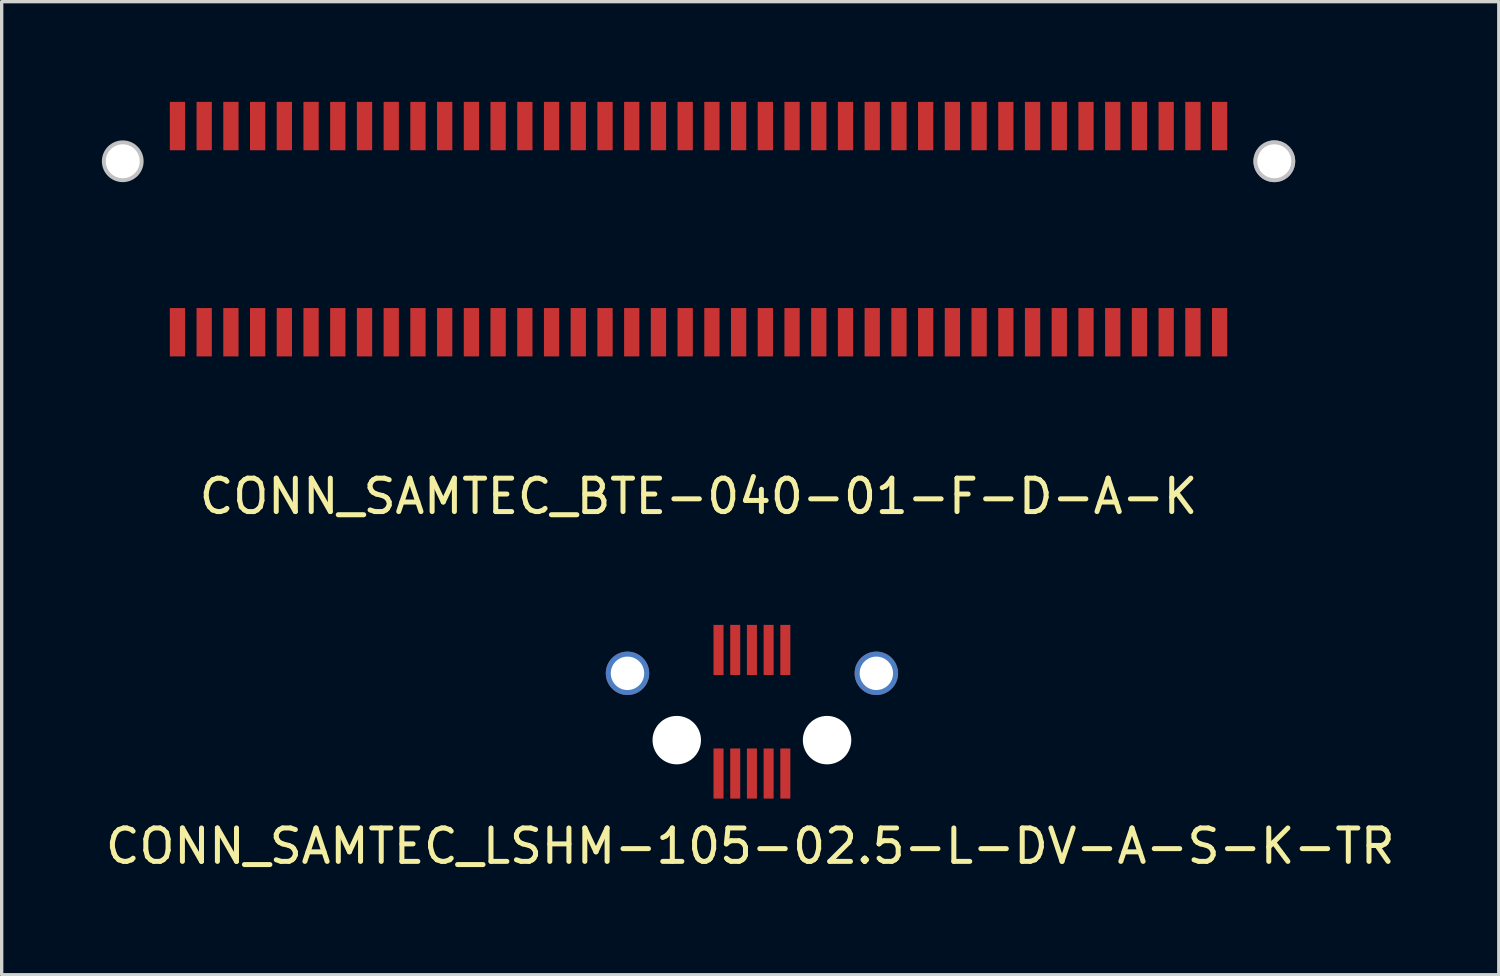
<source format=kicad_pcb>
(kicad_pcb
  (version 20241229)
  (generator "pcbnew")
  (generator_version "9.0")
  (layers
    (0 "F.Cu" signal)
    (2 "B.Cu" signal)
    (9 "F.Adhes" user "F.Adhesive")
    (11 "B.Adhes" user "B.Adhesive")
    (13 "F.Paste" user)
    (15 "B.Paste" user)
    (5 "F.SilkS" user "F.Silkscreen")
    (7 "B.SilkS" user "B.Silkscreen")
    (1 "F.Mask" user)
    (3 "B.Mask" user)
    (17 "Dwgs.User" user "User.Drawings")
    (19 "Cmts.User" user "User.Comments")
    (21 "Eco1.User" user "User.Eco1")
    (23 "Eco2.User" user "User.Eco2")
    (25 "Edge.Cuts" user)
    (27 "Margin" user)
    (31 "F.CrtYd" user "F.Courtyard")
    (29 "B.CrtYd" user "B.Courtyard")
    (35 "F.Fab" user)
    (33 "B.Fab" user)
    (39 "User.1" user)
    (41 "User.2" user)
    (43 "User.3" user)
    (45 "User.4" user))
  (footprint "CONN_SAMTEC_LSHM-105-02.5-L-DV-A-S-K-TR"
    (layer "F.Cu")
    (at 19.461 18.258)
    (property "Reference" "CONN_SAMTEC_LSHM-105-02.5-L-DV-A-S-K-TR" (at -0.05 4.025 0) (layer "F.SilkS") (effects (font (size 1 1) (thickness 0.15))))
    (attr smd)
    (pad "" np_thru_hole circle (at -2.25 0.85) (size 1.45 1.45) (drill 1.45) (layers "*.Cu" "*.Mask"))
    (pad "" np_thru_hole circle (at 2.25 0.85) (size 1.45 1.45) (drill 1.45) (layers "*.Cu" "*.Mask"))
    (pad "1" smd rect (at -1 -1.85) (size 0.3 1.5) (layers "F.Cu" "F.Mask" "F.Paste"))
    (pad "2" smd rect (at -1 1.85) (size 0.3 1.5) (layers "F.Cu" "F.Mask" "F.Paste"))
    (pad "3" smd rect (at -0.5 -1.85) (size 0.3 1.5) (layers "F.Cu" "F.Mask" "F.Paste"))
    (pad "4" smd rect (at -0.5 1.85) (size 0.3 1.5) (layers "F.Cu" "F.Mask" "F.Paste"))
    (pad "5" smd rect (at 0 -1.85) (size 0.3 1.5) (layers "F.Cu" "F.Mask" "F.Paste"))
    (pad "6" smd rect (at 0 1.85) (size 0.3 1.5) (layers "F.Cu" "F.Mask" "F.Paste"))
    (pad "7" smd rect (at 0.5 -1.85) (size 0.3 1.5) (layers "F.Cu" "F.Mask" "F.Paste"))
    (pad "8" smd rect (at 0.5 1.85) (size 0.3 1.5) (layers "F.Cu" "F.Mask" "F.Paste"))
    (pad "9" smd rect (at 1 -1.85) (size 0.3 1.5) (layers "F.Cu" "F.Mask" "F.Paste"))
    (pad "10" smd rect (at 1 1.85) (size 0.3 1.5) (layers "F.Cu" "F.Mask" "F.Paste"))
    (pad "SHLD" thru_hole circle (at -3.725 -1.15) (size 1.3 1.3) (drill 1) (layers "*.Cu" "*.Mask"))
    (pad "SHLD" thru_hole circle (at 3.725 -1.15) (size 1.3 1.3) (drill 1) (layers "*.Cu" "*.Mask")))
  (footprint "CONN_SAMTEC_BTE-040-01-F-D-A-K"
    (layer "F.Cu")
    (at 17.863 3.81)
    (property "Reference" "CONN_SAMTEC_BTE-040-01-F-D-A-K" (at 0 8 0) (unlocked yes) (layer "F.SilkS") (effects (font (size 1 1) (thickness 0.15))))
    (attr smd)
    (pad "" np_thru_hole circle (at -17.238 -2.032) (size 1.25 1.25) (drill 1.016) (layers "Dwgs.User"))
    (pad "" np_thru_hole circle (at 17.238 -2.032) (size 1.25 1.25) (drill 1.016) (layers "*.Cu" "Dwgs.User"))
    (pad "1" smd rect (at -15.6 -3.086) (size 0.457 1.448) (layers "F.Cu" "F.Mask" "F.Paste"))
    (pad "2" smd rect (at -15.6 3.086) (size 0.457 1.448) (layers "F.Cu" "F.Mask" "F.Paste"))
    (pad "3" smd rect (at -14.8 -3.086) (size 0.457 1.448) (layers "F.Cu" "F.Mask" "F.Paste"))
    (pad "4" smd rect (at -14.8 3.086) (size 0.457 1.448) (layers "F.Cu" "F.Mask" "F.Paste"))
    (pad "5" smd rect (at -14 -3.086) (size 0.457 1.448) (layers "F.Cu" "F.Mask" "F.Paste"))
    (pad "6" smd rect (at -14 3.086) (size 0.457 1.448) (layers "F.Cu" "F.Mask" "F.Paste"))
    (pad "7" smd rect (at -13.2 -3.086) (size 0.457 1.448) (layers "F.Cu" "F.Mask" "F.Paste"))
    (pad "8" smd rect (at -13.2 3.086) (size 0.457 1.448) (layers "F.Cu" "F.Mask" "F.Paste"))
    (pad "9" smd rect (at -12.4 -3.086) (size 0.457 1.448) (layers "F.Cu" "F.Mask" "F.Paste"))
    (pad "10" smd rect (at -12.4 3.086) (size 0.457 1.448) (layers "F.Cu" "F.Mask" "F.Paste"))
    (pad "11" smd rect (at -11.6 -3.086) (size 0.457 1.448) (layers "F.Cu" "F.Mask" "F.Paste"))
    (pad "12" smd rect (at -11.6 3.086) (size 0.457 1.448) (layers "F.Cu" "F.Mask" "F.Paste"))
    (pad "13" smd rect (at -10.8 -3.086) (size 0.457 1.448) (layers "F.Cu" "F.Mask" "F.Paste"))
    (pad "14" smd rect (at -10.8 3.086) (size 0.457 1.448) (layers "F.Cu" "F.Mask" "F.Paste"))
    (pad "15" smd rect (at -10 -3.086) (size 0.457 1.448) (layers "F.Cu" "F.Mask" "F.Paste"))
    (pad "16" smd rect (at -10 3.086) (size 0.457 1.448) (layers "F.Cu" "F.Mask" "F.Paste"))
    (pad "17" smd rect (at -9.2 -3.086) (size 0.457 1.448) (layers "F.Cu" "F.Mask" "F.Paste"))
    (pad "18" smd rect (at -9.2 3.086) (size 0.457 1.448) (layers "F.Cu" "F.Mask" "F.Paste"))
    (pad "19" smd rect (at -8.4 -3.086) (size 0.457 1.448) (layers "F.Cu" "F.Mask" "F.Paste"))
    (pad "20" smd rect (at -8.4 3.086) (size 0.457 1.448) (layers "F.Cu" "F.Mask" "F.Paste"))
    (pad "21" smd rect (at -7.6 -3.086) (size 0.457 1.448) (layers "F.Cu" "F.Mask" "F.Paste"))
    (pad "22" smd rect (at -7.6 3.086) (size 0.457 1.448) (layers "F.Cu" "F.Mask" "F.Paste"))
    (pad "23" smd rect (at -6.8 -3.086) (size 0.457 1.448) (layers "F.Cu" "F.Mask" "F.Paste"))
    (pad "24" smd rect (at -6.8 3.086) (size 0.457 1.448) (layers "F.Cu" "F.Mask" "F.Paste"))
    (pad "25" smd rect (at -6 -3.086) (size 0.457 1.448) (layers "F.Cu" "F.Mask" "F.Paste"))
    (pad "26" smd rect (at -6 3.086) (size 0.457 1.448) (layers "F.Cu" "F.Mask" "F.Paste"))
    (pad "27" smd rect (at -5.2 -3.086) (size 0.457 1.448) (layers "F.Cu" "F.Mask" "F.Paste"))
    (pad "28" smd rect (at -5.2 3.086) (size 0.457 1.448) (layers "F.Cu" "F.Mask" "F.Paste"))
    (pad "29" smd rect (at -4.4 -3.086) (size 0.457 1.448) (layers "F.Cu" "F.Mask" "F.Paste"))
    (pad "30" smd rect (at -4.4 3.086) (size 0.457 1.448) (layers "F.Cu" "F.Mask" "F.Paste"))
    (pad "31" smd rect (at -3.6 -3.086) (size 0.457 1.448) (layers "F.Cu" "F.Mask" "F.Paste"))
    (pad "32" smd rect (at -3.6 3.086) (size 0.457 1.448) (layers "F.Cu" "F.Mask" "F.Paste"))
    (pad "33" smd rect (at -2.8 -3.086) (size 0.457 1.448) (layers "F.Cu" "F.Mask" "F.Paste"))
    (pad "34" smd rect (at -2.8 3.086) (size 0.457 1.448) (layers "F.Cu" "F.Mask" "F.Paste"))
    (pad "35" smd rect (at -2 -3.086) (size 0.457 1.448) (layers "F.Cu" "F.Mask" "F.Paste"))
    (pad "36" smd rect (at -2 3.086) (size 0.457 1.448) (layers "F.Cu" "F.Mask" "F.Paste"))
    (pad "37" smd rect (at -1.2 -3.086) (size 0.457 1.448) (layers "F.Cu" "F.Mask" "F.Paste"))
    (pad "38" smd rect (at -1.2 3.086) (size 0.457 1.448) (layers "F.Cu" "F.Mask" "F.Paste"))
    (pad "39" smd rect (at -0.4 -3.086) (size 0.457 1.448) (layers "F.Cu" "F.Mask" "F.Paste"))
    (pad "40" smd rect (at -0.4 3.086) (size 0.457 1.448) (layers "F.Cu" "F.Mask" "F.Paste"))
    (pad "41" smd rect (at 0.4 -3.086) (size 0.457 1.448) (layers "F.Cu" "F.Mask" "F.Paste"))
    (pad "42" smd rect (at 0.4 3.086) (size 0.457 1.448) (layers "F.Cu" "F.Mask" "F.Paste"))
    (pad "43" smd rect (at 1.2 -3.086) (size 0.457 1.448) (layers "F.Cu" "F.Mask" "F.Paste"))
    (pad "44" smd rect (at 1.2 3.086) (size 0.457 1.448) (layers "F.Cu" "F.Mask" "F.Paste"))
    (pad "45" smd rect (at 2 -3.086) (size 0.457 1.448) (layers "F.Cu" "F.Mask" "F.Paste"))
    (pad "46" smd rect (at 2 3.086) (size 0.457 1.448) (layers "F.Cu" "F.Mask" "F.Paste"))
    (pad "47" smd rect (at 2.8 -3.086) (size 0.457 1.448) (layers "F.Cu" "F.Mask" "F.Paste"))
    (pad "48" smd rect (at 2.8 3.086) (size 0.457 1.448) (layers "F.Cu" "F.Mask" "F.Paste"))
    (pad "49" smd rect (at 3.6 -3.086) (size 0.457 1.448) (layers "F.Cu" "F.Mask" "F.Paste"))
    (pad "50" smd rect (at 3.6 3.086) (size 0.457 1.448) (layers "F.Cu" "F.Mask" "F.Paste"))
    (pad "51" smd rect (at 4.4 -3.086) (size 0.457 1.448) (layers "F.Cu" "F.Mask" "F.Paste"))
    (pad "52" smd rect (at 4.4 3.086) (size 0.457 1.448) (layers "F.Cu" "F.Mask" "F.Paste"))
    (pad "53" smd rect (at 5.2 -3.086) (size 0.457 1.448) (layers "F.Cu" "F.Mask" "F.Paste"))
    (pad "54" smd rect (at 5.2 3.086) (size 0.457 1.448) (layers "F.Cu" "F.Mask" "F.Paste"))
    (pad "55" smd rect (at 6 -3.086) (size 0.457 1.448) (layers "F.Cu" "F.Mask" "F.Paste"))
    (pad "56" smd rect (at 6 3.086) (size 0.457 1.448) (layers "F.Cu" "F.Mask" "F.Paste"))
    (pad "57" smd rect (at 6.8 -3.086) (size 0.457 1.448) (layers "F.Cu" "F.Mask" "F.Paste"))
    (pad "58" smd rect (at 6.8 3.086) (size 0.457 1.448) (layers "F.Cu" "F.Mask" "F.Paste"))
    (pad "59" smd rect (at 7.6 -3.086) (size 0.457 1.448) (layers "F.Cu" "F.Mask" "F.Paste"))
    (pad "60" smd rect (at 7.6 3.086) (size 0.457 1.448) (layers "F.Cu" "F.Mask" "F.Paste"))
    (pad "61" smd rect (at 8.4 -3.086) (size 0.457 1.448) (layers "F.Cu" "F.Mask" "F.Paste"))
    (pad "62" smd rect (at 8.4 3.086) (size 0.457 1.448) (layers "F.Cu" "F.Mask" "F.Paste"))
    (pad "63" smd rect (at 9.2 -3.086) (size 0.457 1.448) (layers "F.Cu" "F.Mask" "F.Paste"))
    (pad "64" smd rect (at 9.2 3.086) (size 0.457 1.448) (layers "F.Cu" "F.Mask" "F.Paste"))
    (pad "65" smd rect (at 10 -3.086) (size 0.457 1.448) (layers "F.Cu" "F.Mask" "F.Paste"))
    (pad "66" smd rect (at 10 3.086) (size 0.457 1.448) (layers "F.Cu" "F.Mask" "F.Paste"))
    (pad "67" smd rect (at 10.8 -3.086) (size 0.457 1.448) (layers "F.Cu" "F.Mask" "F.Paste"))
    (pad "68" smd rect (at 10.8 3.086) (size 0.457 1.448) (layers "F.Cu" "F.Mask" "F.Paste"))
    (pad "69" smd rect (at 11.6 -3.086) (size 0.457 1.448) (layers "F.Cu" "F.Mask" "F.Paste"))
    (pad "70" smd rect (at 11.6 3.086) (size 0.457 1.448) (layers "F.Cu" "F.Mask" "F.Paste"))
    (pad "71" smd rect (at 12.4 -3.086) (size 0.457 1.448) (layers "F.Cu" "F.Mask" "F.Paste"))
    (pad "72" smd rect (at 12.4 3.086) (size 0.457 1.448) (layers "F.Cu" "F.Mask" "F.Paste"))
    (pad "73" smd rect (at 13.2 -3.086) (size 0.457 1.448) (layers "F.Cu" "F.Mask" "F.Paste"))
    (pad "74" smd rect (at 13.2 3.086) (size 0.457 1.448) (layers "F.Cu" "F.Mask" "F.Paste"))
    (pad "75" smd rect (at 14 -3.086) (size 0.457 1.448) (layers "F.Cu" "F.Mask" "F.Paste"))
    (pad "76" smd rect (at 14 3.086) (size 0.457 1.448) (layers "F.Cu" "F.Mask" "F.Paste"))
    (pad "77" smd rect (at 14.8 -3.086) (size 0.457 1.448) (layers "F.Cu" "F.Mask" "F.Paste"))
    (pad "78" smd rect (at 14.8 3.086) (size 0.457 1.448) (layers "F.Cu" "F.Mask" "F.Paste"))
    (pad "79" smd rect (at 15.6 -3.086) (size 0.457 1.448) (layers "F.Cu" "F.Mask" "F.Paste"))
    (pad "80" smd rect (at 15.6 3.086) (size 0.457 1.448) (layers "F.Cu" "F.Mask" "F.Paste")))
  (gr_rect
    (start -3 -3)
    (end 41.821 26.131)
    (stroke (width 0.1) (type default))
    (fill no)
    (layer "Edge.Cuts")))
</source>
